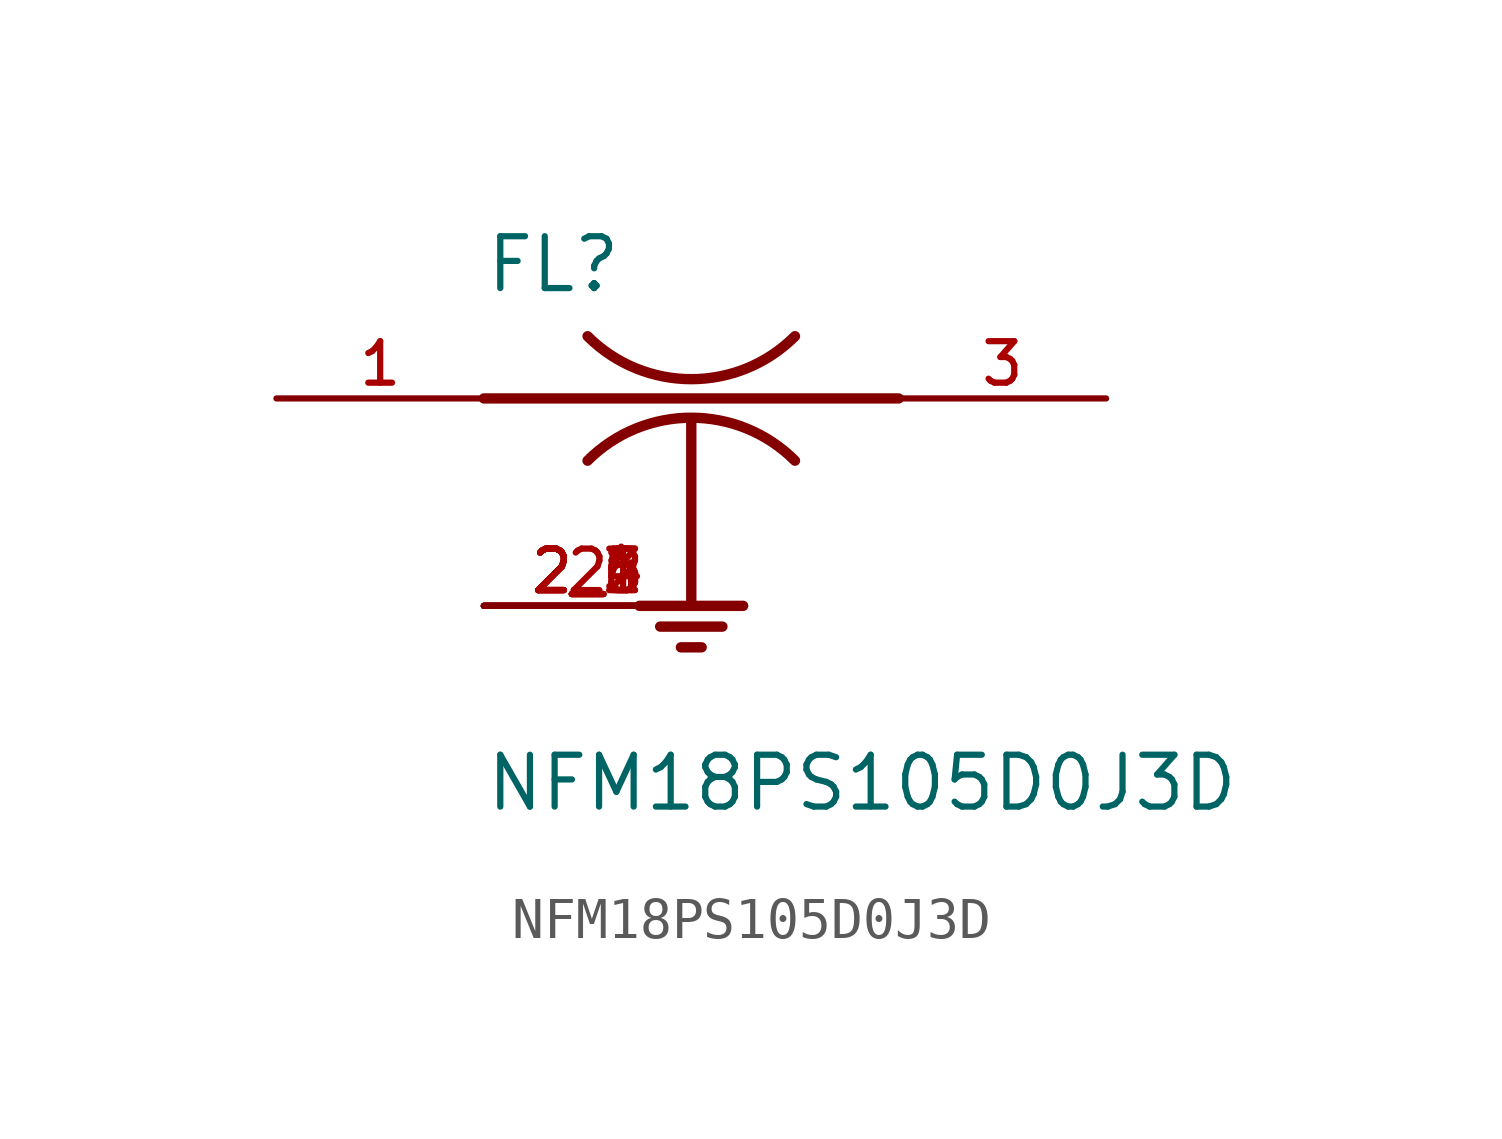
<source format=kicad_sym>
(kicad_symbol_lib
  (version 20211014)
  (generator kicad_symbol_editor)
  (symbol "NFM18PS105D0J3D"
    (pin_names
      (offset 1.016))
    (property "Reference" "FL"
      (at -5.08 2.54 0)
      (effects (font (size 1.27 1.27)) (justify bottom left)))
    (property "Value" "NFM18PS105D0J3D"
      (at -5.08 -10.16 0)
      (effects (font (size 1.27 1.27)) (justify bottom left)))
    (symbol "NFM18PS105D0J3D_0_0"
      (polyline (pts (xy -5.08 0.0) (xy 5.08 0.0)) (stroke (width 0.254)))
      (arc (start -2.54 1.524) (mid 0.0 0.4719) (end 2.54 1.524) (stroke (width 0.254) (type default) (color 0 0 0 0)) (fill (type none)))
      (arc (start 2.54 -1.524) (mid -0.0 -0.4719) (end -2.54 -1.524) (stroke (width 0.254) (type default) (color 0 0 0 0)) (fill (type none)))
      (polyline (pts (xy 0.0 -0.508) (xy 0.0 -5.08)) (stroke (width 0.254)))
      (polyline (pts (xy -1.27 -5.08) (xy 1.27 -5.08)) (stroke (width 0.254)))
      (polyline (pts (xy -0.762 -5.588) (xy 0.762 -5.588)) (stroke (width 0.254)))
      (polyline (pts (xy -0.254 -6.096) (xy 0.254 -6.096)) (stroke (width 0.254)))
      (pin input line (at -10.16 0.0 0) (length 5.08) (name "~" (effects (font (size 1.016 1.016)))) (number "1" (effects (font (size 1.016 1.016)))))
      (pin output line (at 10.16 0.0 180.0) (length 5.08) (name "~" (effects (font (size 1.016 1.016)))) (number "3" (effects (font (size 1.016 1.016)))))
      (pin power_in line (at -5.08 -5.08 0) (length 5.08) (name "~" (effects (font (size 1.016 1.016)))) (number "2" (effects (font (size 1.016 1.016)))))
      (pin power_in line (at -5.08 -5.08 0) (length 5.08) (name "~" (effects (font (size 1.016 1.016)))) (number "2_1" (effects (font (size 1.016 1.016)))))
      (pin power_in line (at -5.08 -5.08 0) (length 5.08) (name "~" (effects (font (size 1.016 1.016)))) (number "2_2" (effects (font (size 1.016 1.016)))))
      (pin power_in line (at -5.08 -5.08 0) (length 5.08) (name "~" (effects (font (size 1.016 1.016)))) (number "2_3" (effects (font (size 1.016 1.016)))))
      (pin power_in line (at -5.08 -5.08 0) (length 5.08) (name "~" (effects (font (size 1.016 1.016)))) (number "2_4" (effects (font (size 1.016 1.016)))))
      (pin power_in line (at -5.08 -5.08 0) (length 5.08) (name "~" (effects (font (size 1.016 1.016)))) (number "2_5" (effects (font (size 1.016 1.016)))))
      (pin power_in line (at -5.08 -5.08 0) (length 5.08) (name "~" (effects (font (size 1.016 1.016)))) (number "2_6" (effects (font (size 1.016 1.016))))))))
</source>
